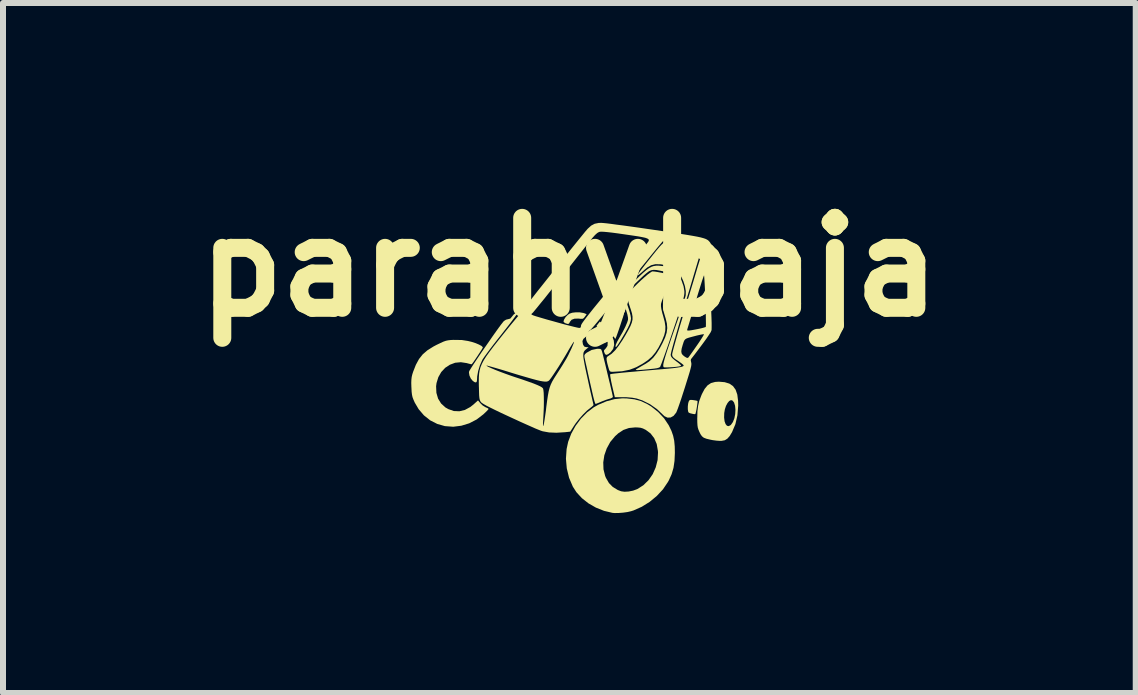
<source format=kicad_pcb>
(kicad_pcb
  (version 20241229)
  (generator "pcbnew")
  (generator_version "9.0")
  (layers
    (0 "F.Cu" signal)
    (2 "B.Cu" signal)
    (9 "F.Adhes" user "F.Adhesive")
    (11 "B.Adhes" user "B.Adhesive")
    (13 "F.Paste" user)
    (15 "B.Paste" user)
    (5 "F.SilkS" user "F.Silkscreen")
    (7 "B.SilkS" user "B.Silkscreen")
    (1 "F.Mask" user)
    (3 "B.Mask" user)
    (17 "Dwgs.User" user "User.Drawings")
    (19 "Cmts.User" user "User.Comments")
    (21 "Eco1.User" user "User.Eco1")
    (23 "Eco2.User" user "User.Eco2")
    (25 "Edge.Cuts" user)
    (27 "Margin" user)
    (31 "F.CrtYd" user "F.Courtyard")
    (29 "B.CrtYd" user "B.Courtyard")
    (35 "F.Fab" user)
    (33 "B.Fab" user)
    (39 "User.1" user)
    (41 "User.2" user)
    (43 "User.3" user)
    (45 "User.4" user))
  (footprint "parahybaja"
    (layer "F.Cu")
    (at 6.606 3.067)
    (property "Reference" "parahybaja" (at -0.164 -1.663 0) (layer "F.SilkS") (effects (font (size 1.5 1.5) (thickness 0.3))))
    (attr board_only exclude_from_pos_files exclude_from_bom)
    (fp_poly (pts (xy 0.012 -0.909) (xy 0.07 -0.899) (xy 0.087 -0.894) (xy 0.125 -0.878) (xy 0.096 -0.837) (xy 0.077 -0.813) (xy 0.059 -0.802) (xy 0.03 -0.801) (xy -0.007 -0.805) (xy -0.076 -0.804) (xy -0.125 -0.786) (xy -0.155 -0.75) (xy -0.158 -0.741) (xy -0.17 -0.72) (xy -0.193 -0.716) (xy -0.23 -0.728) (xy -0.254 -0.744) (xy -0.261 -0.758) (xy -0.25 -0.791) (xy -0.225 -0.831) (xy -0.19 -0.867) (xy -0.162 -0.887) (xy -0.115 -0.903) (xy -0.053 -0.91)) (stroke (width 0) (type solid)) (fill yes) (layer "F.SilkS"))
    (fp_poly (pts (xy 0.421 -0.684) (xy 0.496 -0.6) (xy 0.548 -0.518) (xy 0.578 -0.439) (xy 0.584 -0.366) (xy 0.567 -0.3) (xy 0.525 -0.245) (xy 0.525 -0.244) (xy 0.483 -0.211) (xy 0.453 -0.2) (xy 0.433 -0.212) (xy 0.425 -0.228) (xy 0.414 -0.259) (xy 0.416 -0.278) (xy 0.433 -0.298) (xy 0.446 -0.31) (xy 0.473 -0.352) (xy 0.476 -0.406) (xy 0.457 -0.468) (xy 0.416 -0.538) (xy 0.357 -0.609) (xy 0.288 -0.682) (xy 0.317 -0.72) (xy 0.347 -0.757)) (stroke (width 0) (type solid)) (fill yes) (layer "F.SilkS"))
    (fp_poly (pts (xy 1.88 0.551) (xy 1.903 0.554) (xy 1.942 0.56) (xy 1.968 0.566) (xy 1.973 0.568) (xy 1.974 0.584) (xy 1.97 0.618) (xy 1.964 0.663) (xy 1.956 0.711) (xy 1.947 0.753) (xy 1.94 0.78) (xy 1.936 0.787) (xy 1.918 0.788) (xy 1.887 0.782) (xy 1.886 0.782) (xy 1.851 0.773) (xy 1.827 0.763) (xy 1.817 0.743) (xy 1.812 0.706) (xy 1.812 0.66) (xy 1.817 0.614) (xy 1.825 0.582) (xy 1.836 0.56) (xy 1.851 0.551)) (stroke (width 0) (type solid)) (fill yes) (layer "F.SilkS"))
    (fp_poly (pts (xy 0.714 -1.125) (xy 0.723 -1.067) (xy 0.736 -1.007) (xy 0.742 -0.984) (xy 0.748 -0.96) (xy 0.752 -0.938) (xy 0.751 -0.914) (xy 0.745 -0.883) (xy 0.734 -0.84) (xy 0.715 -0.782) (xy 0.689 -0.702) (xy 0.686 -0.693) (xy 0.661 -0.619) (xy 0.639 -0.556) (xy 0.621 -0.506) (xy 0.608 -0.475) (xy 0.603 -0.467) (xy 0.593 -0.478) (xy 0.576 -0.507) (xy 0.562 -0.536) (xy 0.544 -0.579) (xy 0.533 -0.614) (xy 0.531 -0.629) (xy 0.536 -0.651) (xy 0.548 -0.692) (xy 0.564 -0.748) (xy 0.581 -0.803) (xy 0.605 -0.88) (xy 0.631 -0.964) (xy 0.656 -1.041) (xy 0.667 -1.077) (xy 0.706 -1.201)) (stroke (width 0) (type solid)) (fill yes) (layer "F.SilkS"))
    (fp_poly (pts (xy 0.352 -0.3) (xy 0.37 -0.287) (xy 0.381 -0.257) (xy 0.383 -0.25) (xy 0.395 -0.206) (xy 0.41 -0.144) (xy 0.429 -0.069) (xy 0.449 0.014) (xy 0.47 0.103) (xy 0.491 0.191) (xy 0.512 0.276) (xy 0.53 0.353) (xy 0.545 0.418) (xy 0.556 0.467) (xy 0.562 0.496) (xy 0.563 0.501) (xy 0.551 0.514) (xy 0.52 0.528) (xy 0.497 0.534) (xy 0.446 0.55) (xy 0.388 0.572) (xy 0.359 0.584) (xy 0.317 0.602) (xy 0.286 0.614) (xy 0.274 0.618) (xy 0.266 0.605) (xy 0.255 0.572) (xy 0.242 0.523) (xy 0.234 0.491) (xy 0.221 0.435) (xy 0.205 0.363) (xy 0.186 0.28) (xy 0.166 0.191) (xy 0.146 0.101) (xy 0.128 0.016) (xy 0.111 -0.058) (xy 0.098 -0.118) (xy 0.09 -0.156) (xy 0.089 -0.16) (xy 0.087 -0.19) (xy 0.098 -0.213) (xy 0.126 -0.237) (xy 0.208 -0.282) (xy 0.297 -0.301) (xy 0.317 -0.302)) (stroke (width 0) (type solid)) (fill yes) (layer "F.SilkS"))
    (fp_poly (pts (xy -1.027 -0.903) (xy -1.031 -0.891) (xy -1.051 -0.861) (xy -1.085 -0.814) (xy -1.13 -0.754) (xy -1.185 -0.682) (xy -1.248 -0.602) (xy -1.293 -0.544) (xy -1.363 -0.456) (xy -1.43 -0.37) (xy -1.49 -0.291) (xy -1.541 -0.222) (xy -1.582 -0.166) (xy -1.609 -0.126) (xy -1.616 -0.113) (xy -1.655 -0.025) (xy -1.684 0.07) (xy -1.7 0.16) (xy -1.702 0.198) (xy -1.705 0.241) (xy -1.719 0.26) (xy -1.744 0.254) (xy -1.774 0.233) (xy -1.806 0.195) (xy -1.829 0.145) (xy -1.837 0.095) (xy -1.835 0.078) (xy -1.826 0.059) (xy -1.803 0.022) (xy -1.769 -0.032) (xy -1.725 -0.098) (xy -1.674 -0.174) (xy -1.618 -0.257) (xy -1.559 -0.342) (xy -1.499 -0.428) (xy -1.442 -0.511) (xy -1.388 -0.587) (xy -1.34 -0.654) (xy -1.3 -0.708) (xy -1.27 -0.746) (xy -1.254 -0.765) (xy -1.219 -0.787) (xy -1.182 -0.796) (xy -1.148 -0.805) (xy -1.121 -0.837) (xy -1.091 -0.874) (xy -1.058 -0.898) (xy -1.028 -0.903)) (stroke (width 0) (type solid)) (fill yes) (layer "F.SilkS"))
    (fp_poly (pts (xy 2.426 0.255) (xy 2.505 0.279) (xy 2.565 0.32) (xy 2.609 0.381) (xy 2.637 0.462) (xy 2.65 0.566) (xy 2.652 0.645) (xy 2.639 0.808) (xy 2.605 0.956) (xy 2.55 1.086) (xy 2.51 1.153) (xy 2.471 1.197) (xy 2.429 1.223) (xy 2.377 1.233) (xy 2.349 1.234) (xy 2.29 1.23) (xy 2.224 1.221) (xy 2.185 1.213) (xy 2.122 1.198) (xy 2.078 1.181) (xy 2.048 1.157) (xy 2.024 1.123) (xy 2.006 1.086) (xy 1.99 1.049) (xy 1.979 1.015) (xy 1.973 0.976) (xy 1.97 0.926) (xy 1.969 0.856) (xy 1.969 0.851) (xy 1.97 0.845) (xy 2.417 0.845) (xy 2.425 0.908) (xy 2.442 0.954) (xy 2.465 0.982) (xy 2.494 0.988) (xy 2.527 0.97) (xy 2.531 0.966) (xy 2.564 0.919) (xy 2.588 0.857) (xy 2.602 0.787) (xy 2.606 0.715) (xy 2.6 0.649) (xy 2.583 0.594) (xy 2.559 0.563) (xy 2.532 0.554) (xy 2.502 0.569) (xy 2.474 0.603) (xy 2.448 0.651) (xy 2.429 0.71) (xy 2.419 0.77) (xy 2.417 0.845) (xy 1.97 0.845) (xy 1.972 0.743) (xy 1.983 0.653) (xy 2.002 0.57) (xy 2.033 0.487) (xy 2.047 0.453) (xy 2.092 0.368) (xy 2.141 0.308) (xy 2.198 0.27) (xy 2.268 0.251) (xy 2.329 0.247)) (stroke (width 0) (type solid)) (fill yes) (layer "F.SilkS"))
    (fp_poly (pts (xy 1.261 -1.589) (xy 1.312 -1.581) (xy 1.37 -1.57) (xy 1.428 -1.557) (xy 1.482 -1.543) (xy 1.523 -1.53) (xy 1.547 -1.52) (xy 1.551 -1.516) (xy 1.545 -1.498) (xy 1.53 -1.459) (xy 1.508 -1.406) (xy 1.48 -1.341) (xy 1.462 -1.301) (xy 1.431 -1.228) (xy 1.403 -1.161) (xy 1.381 -1.103) (xy 1.368 -1.062) (xy 1.365 -1.049) (xy 1.364 -1.011) (xy 1.371 -0.962) (xy 1.387 -0.895) (xy 1.4 -0.851) (xy 1.426 -0.754) (xy 1.438 -0.673) (xy 1.436 -0.601) (xy 1.419 -0.529) (xy 1.387 -0.449) (xy 1.375 -0.422) (xy 1.322 -0.32) (xy 1.269 -0.238) (xy 1.211 -0.169) (xy 1.143 -0.11) (xy 1.06 -0.054) (xy 0.956 0.003) (xy 0.951 0.006) (xy 0.844 0.047) (xy 0.715 0.073) (xy 0.564 0.082) (xy 0.56 0.082) (xy 0.53 0.081) (xy 0.512 0.072) (xy 0.5 0.05) (xy 0.488 0.01) (xy 0.469 -0.06) (xy 0.459 -0.109) (xy 0.457 -0.142) (xy 0.464 -0.163) (xy 0.479 -0.177) (xy 0.489 -0.183) (xy 0.543 -0.22) (xy 0.6 -0.276) (xy 0.66 -0.353) (xy 0.726 -0.452) (xy 0.768 -0.521) (xy 0.818 -0.609) (xy 0.855 -0.68) (xy 0.878 -0.738) (xy 0.89 -0.789) (xy 0.89 -0.839) (xy 0.881 -0.892) (xy 0.862 -0.955) (xy 0.852 -0.984) (xy 0.828 -1.057) (xy 0.815 -1.112) (xy 0.811 -1.155) (xy 0.817 -1.192) (xy 0.828 -1.225) (xy 0.846 -1.252) (xy 0.879 -1.292) (xy 0.924 -1.339) (xy 0.977 -1.391) (xy 1.033 -1.444) (xy 1.089 -1.494) (xy 1.14 -1.538) (xy 1.183 -1.57) (xy 1.213 -1.589) (xy 1.223 -1.592)) (stroke (width 0) (type solid)) (fill yes) (layer "F.SilkS"))
    (fp_poly (pts (xy -1.956 -0.448) (xy -1.854 -0.432) (xy -1.788 -0.416) (xy -1.724 -0.395) (xy -1.67 -0.372) (xy -1.629 -0.35) (xy -1.608 -0.33) (xy -1.606 -0.324) (xy -1.613 -0.309) (xy -1.632 -0.277) (xy -1.66 -0.234) (xy -1.692 -0.185) (xy -1.725 -0.136) (xy -1.755 -0.092) (xy -1.779 -0.059) (xy -1.791 -0.044) (xy -1.805 -0.045) (xy -1.838 -0.053) (xy -1.874 -0.063) (xy -1.972 -0.078) (xy -2.067 -0.069) (xy -2.155 -0.036) (xy -2.234 0.016) (xy -2.299 0.086) (xy -2.348 0.172) (xy -2.378 0.27) (xy -2.385 0.324) (xy -2.38 0.433) (xy -2.352 0.529) (xy -2.302 0.61) (xy -2.23 0.676) (xy -2.179 0.705) (xy -2.089 0.736) (xy -1.997 0.74) (xy -1.905 0.718) (xy -1.815 0.669) (xy -1.764 0.629) (xy -1.686 0.559) (xy -1.645 0.608) (xy -1.609 0.643) (xy -1.568 0.669) (xy -1.557 0.674) (xy -1.526 0.688) (xy -1.51 0.7) (xy -1.509 0.701) (xy -1.519 0.714) (xy -1.544 0.741) (xy -1.581 0.776) (xy -1.598 0.792) (xy -1.709 0.877) (xy -1.833 0.941) (xy -1.964 0.981) (xy -2.099 0.998) (xy -2.233 0.988) (xy -2.237 0.988) (xy -2.366 0.951) (xy -2.484 0.891) (xy -2.588 0.808) (xy -2.676 0.705) (xy -2.741 0.595) (xy -2.763 0.545) (xy -2.778 0.505) (xy -2.787 0.464) (xy -2.793 0.415) (xy -2.796 0.349) (xy -2.797 0.337) (xy -2.799 0.266) (xy -2.797 0.213) (xy -2.792 0.169) (xy -2.782 0.126) (xy -2.768 0.082) (xy -2.722 -0.035) (xy -2.67 -0.131) (xy -2.607 -0.21) (xy -2.529 -0.277) (xy -2.43 -0.339) (xy -2.379 -0.366) (xy -2.312 -0.398) (xy -2.262 -0.421) (xy -2.222 -0.435) (xy -2.184 -0.443) (xy -2.141 -0.448) (xy -2.096 -0.45)) (stroke (width 0) (type solid)) (fill yes) (layer "F.SilkS"))
    (fp_poly (pts (xy 0.796 0.526) (xy 0.921 0.541) (xy 1.032 0.571) (xy 1.137 0.621) (xy 1.201 0.66) (xy 1.317 0.752) (xy 1.416 0.857) (xy 1.492 0.971) (xy 1.498 0.982) (xy 1.539 1.067) (xy 1.567 1.147) (xy 1.585 1.231) (xy 1.594 1.327) (xy 1.596 1.434) (xy 1.59 1.568) (xy 1.573 1.683) (xy 1.542 1.789) (xy 1.495 1.893) (xy 1.479 1.921) (xy 1.398 2.041) (xy 1.295 2.152) (xy 1.175 2.251) (xy 1.045 2.332) (xy 0.908 2.393) (xy 0.867 2.406) (xy 0.807 2.42) (xy 0.735 2.43) (xy 0.66 2.436) (xy 0.593 2.437) (xy 0.556 2.434) (xy 0.414 2.4) (xy 0.279 2.346) (xy 0.155 2.275) (xy 0.045 2.188) (xy -0.045 2.09) (xy -0.105 1.997) (xy -0.168 1.849) (xy -0.206 1.692) (xy -0.215 1.592) (xy 0.402 1.592) (xy 0.406 1.708) (xy 0.433 1.817) (xy 0.446 1.849) (xy 0.497 1.937) (xy 0.562 2.003) (xy 0.645 2.053) (xy 0.7 2.074) (xy 0.756 2.082) (xy 0.826 2.078) (xy 0.9 2.063) (xy 0.968 2.038) (xy 0.972 2.036) (xy 1.071 1.973) (xy 1.157 1.889) (xy 1.227 1.788) (xy 1.277 1.675) (xy 1.308 1.554) (xy 1.315 1.428) (xy 1.313 1.399) (xy 1.293 1.285) (xy 1.251 1.188) (xy 1.19 1.109) (xy 1.109 1.049) (xy 1.108 1.049) (xy 1.064 1.027) (xy 1.024 1.015) (xy 0.976 1.01) (xy 0.933 1.009) (xy 0.831 1.019) (xy 0.739 1.051) (xy 0.653 1.107) (xy 0.598 1.157) (xy 0.519 1.252) (xy 0.46 1.36) (xy 0.42 1.474) (xy 0.402 1.592) (xy -0.215 1.592) (xy -0.22 1.531) (xy -0.209 1.37) (xy -0.183 1.249) (xy -0.132 1.114) (xy -0.06 0.984) (xy 0.029 0.864) (xy 0.132 0.759) (xy 0.244 0.674) (xy 0.316 0.633) (xy 0.455 0.574) (xy 0.588 0.538) (xy 0.719 0.524)) (stroke (width 0) (type solid)) (fill yes) (layer "F.SilkS"))
    (fp_poly (pts (xy 1.519 -2.088) (xy 1.577 -2.083) (xy 1.647 -2.077) (xy 1.724 -2.069) (xy 1.801 -2.061) (xy 1.875 -2.052) (xy 1.938 -2.044) (xy 1.985 -2.037) (xy 2.012 -2.031) (xy 2.014 -2.03) (xy 2.038 -2.011) (xy 2.045 -1.992) (xy 2.041 -1.975) (xy 2.03 -1.934) (xy 2.012 -1.87) (xy 1.988 -1.788) (xy 1.958 -1.688) (xy 1.924 -1.574) (xy 1.886 -1.446) (xy 1.845 -1.308) (xy 1.801 -1.162) (xy 1.783 -1.103) (xy 1.734 -0.939) (xy 1.688 -0.787) (xy 1.648 -0.648) (xy 1.612 -0.524) (xy 1.581 -0.417) (xy 1.557 -0.33) (xy 1.539 -0.263) (xy 1.529 -0.218) (xy 1.526 -0.199) (xy 1.533 -0.174) (xy 1.551 -0.149) (xy 1.585 -0.119) (xy 1.623 -0.09) (xy 1.668 -0.055) (xy 1.692 -0.033) (xy 1.699 -0.019) (xy 1.691 -0.013) (xy 1.664 -0.007) (xy 1.62 -0.001) (xy 1.567 0.004) (xy 1.512 0.007) (xy 1.463 0.009) (xy 1.426 0.009) (xy 1.41 0.005) (xy 1.404 -0.005) (xy 1.402 -0.022) (xy 1.404 -0.048) (xy 1.412 -0.084) (xy 1.425 -0.133) (xy 1.444 -0.197) (xy 1.47 -0.278) (xy 1.503 -0.376) (xy 1.544 -0.496) (xy 1.593 -0.637) (xy 1.637 -0.763) (xy 1.671 -0.862) (xy 1.703 -0.955) (xy 1.731 -1.039) (xy 1.753 -1.11) (xy 1.769 -1.163) (xy 1.777 -1.195) (xy 1.777 -1.197) (xy 1.778 -1.265) (xy 1.764 -1.346) (xy 1.737 -1.43) (xy 1.705 -1.499) (xy 1.647 -1.581) (xy 1.573 -1.643) (xy 1.481 -1.685) (xy 1.37 -1.709) (xy 1.35 -1.711) (xy 1.27 -1.712) (xy 1.201 -1.695) (xy 1.137 -1.658) (xy 1.091 -1.62) (xy 1.038 -1.572) (xy 1.001 -1.541) (xy 0.98 -1.527) (xy 0.975 -1.53) (xy 0.986 -1.552) (xy 1.014 -1.592) (xy 1.06 -1.652) (xy 1.122 -1.732) (xy 1.171 -1.793) (xy 1.241 -1.881) (xy 1.296 -1.949) (xy 1.34 -2.001) (xy 1.374 -2.038) (xy 1.401 -2.063) (xy 1.424 -2.078) (xy 1.444 -2.086) (xy 1.464 -2.089) (xy 1.478 -2.089)) (stroke (width 0) (type solid)) (fill yes) (layer "F.SilkS"))
    (fp_poly (pts (xy 1.421 -1.678) (xy 1.513 -1.649) (xy 1.59 -1.603) (xy 1.615 -1.581) (xy 1.666 -1.516) (xy 1.71 -1.433) (xy 1.741 -1.344) (xy 1.754 -1.266) (xy 1.755 -1.245) (xy 1.754 -1.223) (xy 1.751 -1.197) (xy 1.745 -1.166) (xy 1.735 -1.127) (xy 1.72 -1.076) (xy 1.701 -1.012) (xy 1.675 -0.932) (xy 1.642 -0.833) (xy 1.602 -0.713) (xy 1.564 -0.601) (xy 1.523 -0.48) (xy 1.484 -0.366) (xy 1.448 -0.263) (xy 1.416 -0.173) (xy 1.389 -0.099) (xy 1.368 -0.043) (xy 1.354 -0.009) (xy 1.349 0.001) (xy 1.332 0.012) (xy 1.298 0.022) (xy 1.244 0.03) (xy 1.166 0.038) (xy 1.156 0.039) (xy 1.07 0.047) (xy 1.008 0.052) (xy 0.969 0.054) (xy 0.948 0.052) (xy 0.944 0.047) (xy 0.953 0.039) (xy 0.974 0.026) (xy 0.978 0.024) (xy 1.017 0.001) (xy 1.068 -0.029) (xy 1.114 -0.055) (xy 1.178 -0.099) (xy 1.237 -0.155) (xy 1.293 -0.228) (xy 1.35 -0.321) (xy 1.389 -0.395) (xy 1.433 -0.489) (xy 1.459 -0.57) (xy 1.469 -0.646) (xy 1.463 -0.723) (xy 1.442 -0.809) (xy 1.433 -0.838) (xy 1.413 -0.907) (xy 1.4 -0.964) (xy 1.397 -1.017) (xy 1.403 -1.07) (xy 1.42 -1.131) (xy 1.448 -1.203) (xy 1.488 -1.295) (xy 1.488 -1.295) (xy 1.519 -1.366) (xy 1.544 -1.43) (xy 1.564 -1.482) (xy 1.574 -1.517) (xy 1.575 -1.529) (xy 1.57 -1.542) (xy 1.556 -1.553) (xy 1.528 -1.564) (xy 1.481 -1.576) (xy 1.427 -1.588) (xy 1.349 -1.604) (xy 1.289 -1.615) (xy 1.242 -1.618) (xy 1.203 -1.612) (xy 1.165 -1.595) (xy 1.124 -1.564) (xy 1.073 -1.52) (xy 1.008 -1.459) (xy 1.003 -1.454) (xy 0.923 -1.378) (xy 0.863 -1.314) (xy 0.82 -1.26) (xy 0.795 -1.21) (xy 0.784 -1.16) (xy 0.786 -1.107) (xy 0.8 -1.045) (xy 0.824 -0.975) (xy 0.842 -0.916) (xy 0.857 -0.859) (xy 0.864 -0.816) (xy 0.865 -0.806) (xy 0.859 -0.766) (xy 0.842 -0.714) (xy 0.811 -0.648) (xy 0.766 -0.566) (xy 0.706 -0.465) (xy 0.695 -0.446) (xy 0.658 -0.388) (xy 0.633 -0.351) (xy 0.617 -0.333) (xy 0.609 -0.333) (xy 0.606 -0.341) (xy 0.612 -0.371) (xy 0.633 -0.419) (xy 0.669 -0.483) (xy 0.671 -0.487) (xy 0.725 -0.58) (xy 0.769 -0.666) (xy 0.801 -0.741) (xy 0.815 -0.786) (xy 0.815 -0.818) (xy 0.805 -0.871) (xy 0.783 -0.945) (xy 0.775 -0.97) (xy 0.752 -1.04) (xy 0.739 -1.092) (xy 0.732 -1.132) (xy 0.732 -1.169) (xy 0.734 -1.186) (xy 0.738 -1.212) (xy 0.744 -1.233) (xy 0.756 -1.255) (xy 0.775 -1.281) (xy 0.806 -1.315) (xy 0.849 -1.359) (xy 0.91 -1.419) (xy 0.924 -1.432) (xy 1.005 -1.51) (xy 1.07 -1.571) (xy 1.123 -1.616) (xy 1.167 -1.648) (xy 1.206 -1.669) (xy 1.243 -1.681) (xy 1.281 -1.687) (xy 1.32 -1.688)) (stroke (width 0) (type solid)) (fill yes) (layer "F.SilkS"))
    (fp_poly (pts (xy 0.399 -2.399) (xy 0.452 -2.394) (xy 0.527 -2.385) (xy 0.621 -2.372) (xy 0.731 -2.358) (xy 0.855 -2.341) (xy 0.99 -2.322) (xy 1.133 -2.301) (xy 1.252 -2.284) (xy 1.427 -2.258) (xy 1.577 -2.235) (xy 1.704 -2.216) (xy 1.81 -2.199) (xy 1.898 -2.184) (xy 1.969 -2.171) (xy 2.025 -2.159) (xy 2.069 -2.147) (xy 2.103 -2.136) (xy 2.128 -2.124) (xy 2.148 -2.112) (xy 2.163 -2.098) (xy 2.177 -2.082) (xy 2.181 -2.077) (xy 2.2 -2.046) (xy 2.208 -2.012) (xy 2.203 -1.968) (xy 2.188 -1.914) (xy 2.18 -1.884) (xy 2.175 -1.848) (xy 2.171 -1.802) (xy 2.169 -1.744) (xy 2.169 -1.673) (xy 2.171 -1.585) (xy 2.175 -1.479) (xy 2.18 -1.351) (xy 2.188 -1.2) (xy 2.194 -1.098) (xy 2.201 -0.952) (xy 2.206 -0.83) (xy 2.209 -0.733) (xy 2.209 -0.662) (xy 2.208 -0.617) (xy 2.205 -0.605) (xy 2.193 -0.578) (xy 2.164 -0.533) (xy 2.122 -0.471) (xy 2.067 -0.395) (xy 2.002 -0.308) (xy 1.929 -0.211) (xy 1.865 -0.129) (xy 1.861 -0.107) (xy 1.868 -0.074) (xy 1.871 -0.06) (xy 1.871 -0.04) (xy 1.868 -0.013) (xy 1.859 0.025) (xy 1.845 0.078) (xy 1.824 0.147) (xy 1.796 0.237) (xy 1.763 0.343) (xy 1.731 0.442) (xy 1.701 0.535) (xy 1.673 0.617) (xy 1.649 0.685) (xy 1.63 0.735) (xy 1.618 0.763) (xy 1.616 0.765) (xy 1.574 0.817) (xy 1.525 0.844) (xy 1.473 0.846) (xy 1.424 0.823) (xy 1.399 0.8) (xy 1.298 0.704) (xy 1.181 0.622) (xy 1.054 0.559) (xy 0.961 0.528) (xy 0.885 0.514) (xy 0.792 0.506) (xy 0.733 0.505) (xy 0.595 0.505) (xy 0.551 0.319) (xy 0.536 0.251) (xy 0.525 0.192) (xy 0.518 0.149) (xy 0.517 0.126) (xy 0.518 0.123) (xy 0.528 0.12) (xy 0.551 0.116) (xy 0.59 0.111) (xy 0.646 0.105) (xy 0.721 0.097) (xy 0.815 0.088) (xy 0.932 0.078) (xy 1.071 0.065) (xy 1.235 0.051) (xy 1.364 0.04) (xy 1.479 0.03) (xy 1.569 0.021) (xy 1.637 0.012) (xy 1.686 0.004) (xy 1.718 -0.004) (xy 1.736 -0.013) (xy 1.743 -0.024) (xy 1.743 -0.026) (xy 1.732 -0.038) (xy 1.704 -0.061) (xy 1.663 -0.09) (xy 1.647 -0.101) (xy 1.599 -0.133) (xy 1.571 -0.157) (xy 1.556 -0.177) (xy 1.551 -0.198) (xy 1.551 -0.212) (xy 1.555 -0.233) (xy 1.562 -0.261) (xy 1.703 -0.261) (xy 1.708 -0.226) (xy 1.725 -0.2) (xy 1.753 -0.176) (xy 1.788 -0.154) (xy 1.81 -0.149) (xy 1.82 -0.155) (xy 1.833 -0.172) (xy 1.858 -0.207) (xy 1.893 -0.256) (xy 1.934 -0.315) (xy 1.962 -0.355) (xy 2.004 -0.416) (xy 2.039 -0.47) (xy 2.065 -0.512) (xy 2.08 -0.538) (xy 2.082 -0.544) (xy 2.066 -0.544) (xy 2.031 -0.538) (xy 1.982 -0.527) (xy 1.96 -0.522) (xy 1.884 -0.502) (xy 1.829 -0.487) (xy 1.792 -0.474) (xy 1.768 -0.459) (xy 1.753 -0.44) (xy 1.742 -0.415) (xy 1.731 -0.379) (xy 1.729 -0.375) (xy 1.71 -0.308) (xy 1.703 -0.261) (xy 1.562 -0.261) (xy 1.566 -0.278) (xy 1.584 -0.344) (xy 1.608 -0.43) (xy 1.637 -0.533) (xy 1.66 -0.612) (xy 1.801 -0.612) (xy 1.809 -0.606) (xy 1.832 -0.606) (xy 1.871 -0.611) (xy 1.932 -0.622) (xy 1.973 -0.63) (xy 2.03 -0.642) (xy 2.076 -0.654) (xy 2.105 -0.663) (xy 2.112 -0.667) (xy 2.113 -0.682) (xy 2.114 -0.721) (xy 2.113 -0.779) (xy 2.112 -0.853) (xy 2.11 -0.937) (xy 2.107 -1.029) (xy 2.104 -1.123) (xy 2.1 -1.216) (xy 2.097 -1.304) (xy 2.093 -1.383) (xy 2.089 -1.449) (xy 2.086 -1.497) (xy 2.083 -1.523) (xy 2.082 -1.526) (xy 2.078 -1.517) (xy 2.066 -1.484) (xy 2.048 -1.431) (xy 2.026 -1.36) (xy 1.999 -1.274) (xy 1.969 -1.176) (xy 1.944 -1.09) (xy 1.912 -0.984) (xy 1.882 -0.885) (xy 1.855 -0.797) (xy 1.833 -0.724) (xy 1.816 -0.668) (xy 1.805 -0.633) (xy 1.802 -0.623) (xy 1.801 -0.612) (xy 1.66 -0.612) (xy 1.671 -0.65) (xy 1.71 -0.779) (xy 1.751 -0.919) (xy 1.795 -1.066) (xy 1.811 -1.119) (xy 1.856 -1.267) (xy 1.899 -1.408) (xy 1.938 -1.539) (xy 1.973 -1.658) (xy 2.005 -1.762) (xy 2.031 -1.85) (xy 2.051 -1.919) (xy 2.065 -1.968) (xy 2.071 -1.993) (xy 2.072 -1.996) (xy 2.068 -2.015) (xy 2.054 -2.031) (xy 2.026 -2.044) (xy 1.982 -2.056) (xy 1.918 -2.067) (xy 1.832 -2.079) (xy 1.777 -2.085) (xy 1.67 -2.097) (xy 1.587 -2.105) (xy 1.524 -2.11) (xy 1.477 -2.112) (xy 1.444 -2.11) (xy 1.42 -2.106) (xy 1.401 -2.098) (xy 1.398 -2.096) (xy 1.385 -2.083) (xy 1.356 -2.049) (xy 1.313 -1.998) (xy 1.258 -1.931) (xy 1.192 -1.85) (xy 1.116 -1.756) (xy 1.031 -1.652) (xy 0.941 -1.538) (xy 0.845 -1.418) (xy 0.798 -1.359) (xy 0.7 -1.236) (xy 0.606 -1.119) (xy 0.518 -1.01) (xy 0.437 -0.911) (xy 0.365 -0.823) (xy 0.303 -0.748) (xy 0.253 -0.688) (xy 0.216 -0.646) (xy 0.194 -0.622) (xy 0.189 -0.618) (xy 0.162 -0.596) (xy 0.159 -0.57) (xy 0.159 -0.569) (xy 0.158 -0.546) (xy 0.139 -0.523) (xy 0.111 -0.501) (xy 0.071 -0.467) (xy 0.055 -0.43) (xy 0.062 -0.384) (xy 0.068 -0.365) (xy 0.088 -0.337) (xy 0.12 -0.329) (xy 0.158 -0.328) (xy 0.121 -0.298) (xy 0.101 -0.281) (xy 0.086 -0.264) (xy 0.075 -0.243) (xy 0.07 -0.217) (xy 0.069 -0.182) (xy 0.074 -0.135) (xy 0.085 -0.073) (xy 0.1 0.007) (xy 0.122 0.108) (xy 0.145 0.214) (xy 0.167 0.316) (xy 0.188 0.41) (xy 0.207 0.491) (xy 0.222 0.557) (xy 0.233 0.604) (xy 0.239 0.629) (xy 0.24 0.631) (xy 0.234 0.644) (xy 0.21 0.666) (xy 0.193 0.679) (xy 0.133 0.727) (xy 0.067 0.792) (xy 0.001 0.866) (xy -0.059 0.943) (xy -0.086 0.983) (xy -0.148 1.08) (xy -0.234 1.089) (xy -0.378 1.098) (xy -0.502 1.093) (xy -0.607 1.074) (xy -0.638 1.064) (xy -0.673 1.05) (xy -0.73 1.027) (xy -0.804 0.994) (xy -0.892 0.955) (xy -0.99 0.911) (xy -1.094 0.863) (xy -1.172 0.827) (xy -1.299 0.768) (xy -1.403 0.718) (xy -1.486 0.677) (xy -1.549 0.645) (xy -1.594 0.619) (xy -1.623 0.6) (xy -1.639 0.585) (xy -1.649 0.568) (xy -1.657 0.548) (xy -1.663 0.52) (xy -1.667 0.479) (xy -1.669 0.421) (xy -1.671 0.341) (xy -1.672 0.324) (xy -1.673 0.244) (xy -1.672 0.175) (xy -1.668 0.113) (xy -1.659 0.057) (xy -1.644 0.003) (xy -1.633 -0.023) (xy -1.546 -0.023) (xy -1.538 -0.014) (xy -1.508 0.002) (xy -1.46 0.024) (xy -1.396 0.051) (xy -1.322 0.08) (xy -1.239 0.111) (xy -1.153 0.142) (xy -1.083 0.166) (xy -0.952 0.209) (xy -0.846 0.246) (xy -0.762 0.276) (xy -0.698 0.302) (xy -0.652 0.323) (xy -0.621 0.341) (xy -0.605 0.356) (xy -0.602 0.36) (xy -0.596 0.386) (xy -0.591 0.435) (xy -0.589 0.502) (xy -0.588 0.582) (xy -0.589 0.671) (xy -0.593 0.764) (xy -0.598 0.857) (xy -0.599 0.871) (xy -0.602 0.935) (xy -0.603 0.973) (xy -0.6 0.987) (xy -0.595 0.977) (xy -0.587 0.944) (xy -0.578 0.891) (xy -0.567 0.818) (xy -0.554 0.727) (xy -0.548 0.673) (xy -0.534 0.565) (xy -0.521 0.478) (xy -0.508 0.408) (xy -0.493 0.35) (xy -0.474 0.297) (xy -0.45 0.246) (xy -0.418 0.191) (xy -0.377 0.127) (xy -0.356 0.094) (xy -0.314 0.029) (xy -0.272 -0.038) (xy -0.236 -0.098) (xy -0.212 -0.138) (xy -0.184 -0.19) (xy -0.156 -0.248) (xy -0.129 -0.304) (xy -0.107 -0.355) (xy -0.091 -0.395) (xy -0.086 -0.417) (xy -0.086 -0.42) (xy -0.095 -0.411) (xy -0.114 -0.382) (xy -0.142 -0.337) (xy -0.176 -0.281) (xy -0.19 -0.255) (xy -0.239 -0.172) (xy -0.29 -0.088) (xy -0.34 -0.007) (xy -0.389 0.068) (xy -0.432 0.133) (xy -0.468 0.185) (xy -0.494 0.219) (xy -0.505 0.23) (xy -0.52 0.239) (xy -0.54 0.245) (xy -0.567 0.246) (xy -0.604 0.242) (xy -0.651 0.234) (xy -0.713 0.219) (xy -0.791 0.198) (xy -0.888 0.17) (xy -1.005 0.136) (xy -1.146 0.093) (xy -1.184 0.081) (xy -1.278 0.052) (xy -1.363 0.027) (xy -1.436 0.006) (xy -1.493 -0.01) (xy -1.53 -0.02) (xy -1.546 -0.023) (xy -1.546 -0.023) (xy -1.633 -0.023) (xy -1.621 -0.052) (xy -1.59 -0.111) (xy -1.548 -0.177) (xy -1.494 -0.252) (xy -1.427 -0.341) (xy -1.345 -0.445) (xy -1.259 -0.553) (xy -1.193 -0.635) (xy -1.132 -0.71) (xy -1.077 -0.776) (xy -1.032 -0.83) (xy -0.998 -0.869) (xy -0.988 -0.879) (xy -0.796 -0.879) (xy -0.793 -0.873) (xy -0.783 -0.867) (xy -0.763 -0.858) (xy -0.731 -0.847) (xy -0.685 -0.833) (xy -0.621 -0.814) (xy -0.539 -0.79) (xy -0.434 -0.761) (xy -0.316 -0.728) (xy -0.229 -0.704) (xy -0.149 -0.684) (xy -0.082 -0.667) (xy -0.03 -0.655) (xy 0.001 -0.649) (xy 0.007 -0.649) (xy 0.027 -0.659) (xy 0.031 -0.686) (xy 0.031 -0.686) (xy 0.033 -0.697) (xy 0.042 -0.715) (xy 0.06 -0.743) (xy 0.087 -0.78) (xy 0.124 -0.829) (xy 0.173 -0.891) (xy 0.234 -0.968) (xy 0.309 -1.06) (xy 0.399 -1.17) (xy 0.505 -1.298) (xy 0.578 -1.386) (xy 0.675 -1.503) (xy 0.767 -1.615) (xy 0.853 -1.72) (xy 0.932 -1.815) (xy 1 -1.898) (xy 1.058 -1.969) (xy 1.103 -2.024) (xy 1.134 -2.062) (xy 1.149 -2.082) (xy 1.15 -2.083) (xy 1.16 -2.101) (xy 1.162 -2.116) (xy 1.155 -2.129) (xy 1.135 -2.141) (xy 1.101 -2.153) (xy 1.049 -2.164) (xy 0.978 -2.177) (xy 0.884 -2.191) (xy 0.767 -2.208) (xy 0.753 -2.21) (xy 0.636 -2.227) (xy 0.543 -2.239) (xy 0.471 -2.247) (xy 0.417 -2.252) (xy 0.378 -2.254) (xy 0.351 -2.253) (xy 0.332 -2.249) (xy 0.302 -2.232) (xy 0.265 -2.199) (xy 0.217 -2.145) (xy 0.188 -2.109) (xy 0.159 -2.073) (xy 0.116 -2.018) (xy 0.06 -1.947) (xy -0.007 -1.862) (xy -0.082 -1.767) (xy -0.164 -1.663) (xy -0.249 -1.555) (xy -0.337 -1.443) (xy -0.342 -1.437) (xy -0.426 -1.331) (xy -0.505 -1.232) (xy -0.577 -1.141) (xy -0.642 -1.062) (xy -0.696 -0.995) (xy -0.739 -0.943) (xy -0.768 -0.908) (xy -0.783 -0.893) (xy -0.784 -0.892) (xy -0.796 -0.882) (xy -0.796 -0.879) (xy -0.988 -0.879) (xy -0.977 -0.889) (xy -0.974 -0.892) (xy -0.94 -0.903) (xy -0.914 -0.906) (xy -0.89 -0.908) (xy -0.887 -0.92) (xy -0.895 -0.941) (xy -0.904 -0.974) (xy -0.894 -1.004) (xy -0.893 -1.005) (xy -0.879 -1.024) (xy -0.85 -1.062) (xy -0.808 -1.116) (xy -0.754 -1.185) (xy -0.691 -1.266) (xy -0.619 -1.356) (xy -0.542 -1.453) (xy -0.461 -1.555) (xy -0.378 -1.659) (xy -0.295 -1.763) (xy -0.214 -1.864) (xy -0.137 -1.961) (xy -0.065 -2.05) (xy -0.000446 -2.13) (xy 0.055 -2.198) (xy 0.098 -2.251) (xy 0.129 -2.287) (xy 0.143 -2.303) (xy 0.2 -2.355) (xy 0.258 -2.386) (xy 0.326 -2.4) (xy 0.371 -2.401)) (stroke (width 0) (type solid)) (fill yes) (layer "F.SilkS")))
  (gr_rect
    (start -3 -3)
    (end 15.886 8.504)
    (stroke (width 0.1) (type default))
    (fill no)
    (layer "Edge.Cuts")))
</source>
